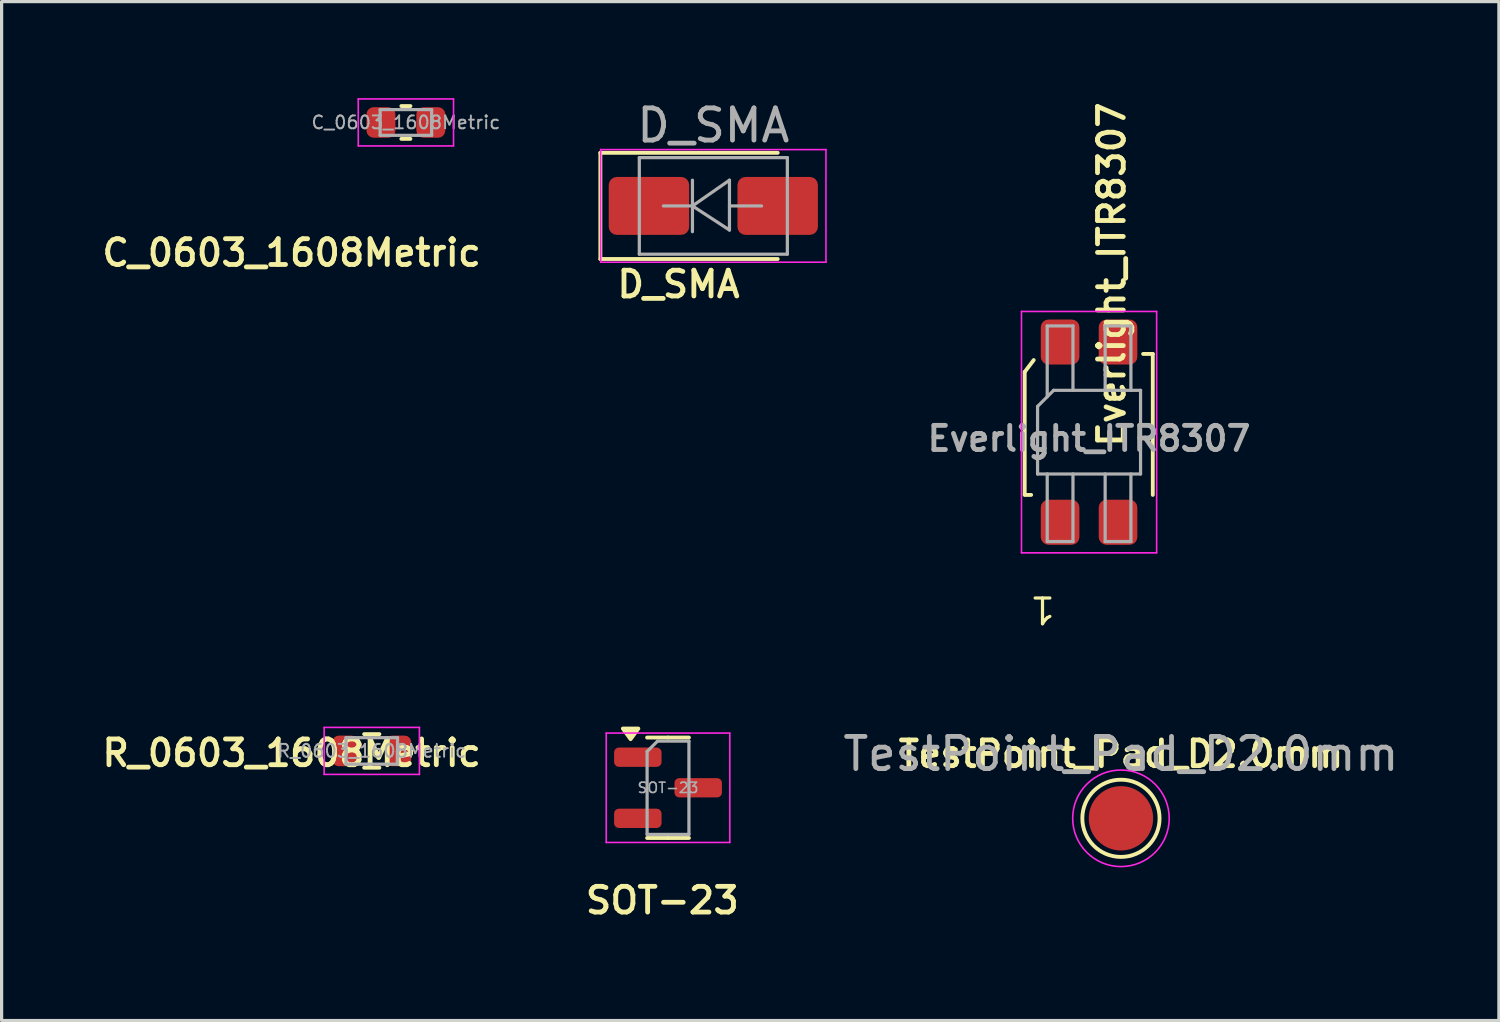
<source format=kicad_pcb>
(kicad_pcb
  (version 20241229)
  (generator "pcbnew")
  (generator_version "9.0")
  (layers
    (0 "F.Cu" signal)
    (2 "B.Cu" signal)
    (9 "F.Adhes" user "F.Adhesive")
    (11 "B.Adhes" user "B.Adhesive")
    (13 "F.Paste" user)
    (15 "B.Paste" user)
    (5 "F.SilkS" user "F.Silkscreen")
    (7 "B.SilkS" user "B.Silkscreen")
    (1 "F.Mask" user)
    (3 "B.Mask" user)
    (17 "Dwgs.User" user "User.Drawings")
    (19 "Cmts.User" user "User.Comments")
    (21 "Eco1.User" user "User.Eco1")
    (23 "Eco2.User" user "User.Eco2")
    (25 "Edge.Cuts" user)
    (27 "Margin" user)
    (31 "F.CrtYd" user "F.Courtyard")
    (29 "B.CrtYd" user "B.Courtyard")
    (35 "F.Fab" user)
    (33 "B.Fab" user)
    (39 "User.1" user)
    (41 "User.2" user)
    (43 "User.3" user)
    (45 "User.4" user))
  (footprint "R_0603_1608Metric"
    (layer "F.Cu")
    (at 8.502 20.283)
    (property "Reference" "R_0603_1608Metric" (at -2.49 0.066 180) (layer "F.SilkS") (effects (font (size 0.8 0.8) (thickness 0.15))))
    (attr smd)
    (fp_line (start -0.237 -0.522) (end 0.237 -0.522) (stroke (width 0.12) (type solid)) (layer "F.SilkS"))
    (fp_line (start -0.237 0.522) (end 0.237 0.522) (stroke (width 0.12) (type solid)) (layer "F.SilkS"))
    (fp_line (start -1.48 -0.73) (end 1.48 -0.73) (stroke (width 0.05) (type solid)) (layer "F.CrtYd"))
    (fp_line (start -1.48 0.73) (end -1.48 -0.73) (stroke (width 0.05) (type solid)) (layer "F.CrtYd"))
    (fp_line (start 1.48 -0.73) (end 1.48 0.73) (stroke (width 0.05) (type solid)) (layer "F.CrtYd"))
    (fp_line (start 1.48 0.73) (end -1.48 0.73) (stroke (width 0.05) (type solid)) (layer "F.CrtYd"))
    (fp_line (start -0.8 -0.412) (end 0.8 -0.412) (stroke (width 0.1) (type solid)) (layer "F.Fab"))
    (fp_line (start -0.8 0.412) (end -0.8 -0.412) (stroke (width 0.1) (type solid)) (layer "F.Fab"))
    (fp_line (start 0.8 -0.412) (end 0.8 0.412) (stroke (width 0.1) (type solid)) (layer "F.Fab"))
    (fp_line (start 0.8 0.412) (end -0.8 0.412) (stroke (width 0.1) (type solid)) (layer "F.Fab"))
    (fp_text user "${REFERENCE}" (at 0 0 180) (layer "F.Fab") (effects (font (size 0.4 0.4) (thickness 0.06))))
    (pad "1" smd roundrect (at -0.825 0 180) (size 0.8 0.95) (layers "F.Cu" "F.Mask" "F.Paste") (roundrect_rratio 0.25))
    (pad "2" smd roundrect (at 0.825 0 180) (size 0.8 0.95) (layers "F.Cu" "F.Mask" "F.Paste") (roundrect_rratio 0.25)))
  (footprint "SOT-23"
    (layer "F.Cu")
    (at 17.707 21.428)
    (property "Reference" "SOT-23" (at -0.177 3.5 180) (layer "F.SilkS") (effects (font (size 0.8 0.8) (thickness 0.15))))
    (attr smd)
    (fp_line (start 0 -1.56) (end -0.65 -1.56) (stroke (width 0.12) (type solid)) (layer "F.SilkS"))
    (fp_line (start 0 -1.56) (end 0.65 -1.56) (stroke (width 0.12) (type solid)) (layer "F.SilkS"))
    (fp_line (start 0 1.56) (end -0.65 1.56) (stroke (width 0.12) (type solid)) (layer "F.SilkS"))
    (fp_line (start 0 1.56) (end 0.65 1.56) (stroke (width 0.12) (type solid)) (layer "F.SilkS"))
    (fp_poly (pts (xy -1.163 -1.51) (xy -1.403 -1.84) (xy -0.922 -1.84) (xy -1.163 -1.51)) (stroke (width 0.12) (type solid)) (fill yes) (layer "F.SilkS"))
    (fp_line (start -1.92 -1.7) (end -1.92 1.7) (stroke (width 0.05) (type solid)) (layer "F.CrtYd"))
    (fp_line (start -1.92 1.7) (end 1.92 1.7) (stroke (width 0.05) (type solid)) (layer "F.CrtYd"))
    (fp_line (start 1.92 -1.7) (end -1.92 -1.7) (stroke (width 0.05) (type solid)) (layer "F.CrtYd"))
    (fp_line (start 1.92 1.7) (end 1.92 -1.7) (stroke (width 0.05) (type solid)) (layer "F.CrtYd"))
    (fp_line (start -0.65 -1.125) (end -0.325 -1.45) (stroke (width 0.1) (type solid)) (layer "F.Fab"))
    (fp_line (start -0.65 1.45) (end -0.65 -1.125) (stroke (width 0.1) (type solid)) (layer "F.Fab"))
    (fp_line (start -0.325 -1.45) (end 0.65 -1.45) (stroke (width 0.1) (type solid)) (layer "F.Fab"))
    (fp_line (start 0.65 -1.45) (end 0.65 1.45) (stroke (width 0.1) (type solid)) (layer "F.Fab"))
    (fp_line (start 0.65 1.45) (end -0.65 1.45) (stroke (width 0.1) (type solid)) (layer "F.Fab"))
    (fp_text user "${REFERENCE}" (at 0 0 180) (layer "F.Fab") (effects (font (size 0.32 0.32) (thickness 0.05))))
    (pad "1" smd roundrect (at -0.938 -0.95 180) (size 1.475 0.6) (layers "F.Cu" "F.Mask" "F.Paste") (roundrect_rratio 0.25))
    (pad "2" smd roundrect (at -0.938 0.95 180) (size 1.475 0.6) (layers "F.Cu" "F.Mask" "F.Paste") (roundrect_rratio 0.25))
    (pad "3" smd roundrect (at 0.938 0 180) (size 1.475 0.6) (layers "F.Cu" "F.Mask" "F.Paste") (roundrect_rratio 0.25)))
  (footprint "Everlight_ITR8307"
    (layer "F.Cu")
    (at 30.79 10.378)
    (property "Reference" "Everlight_ITR8307" (at 0.7 -4.9 270) (layer "F.SilkS") (effects (font (size 0.8 0.8) (thickness 0.15))))
    (attr smd)
    (fp_line (start -2 -1.87) (end -2 1.94) (stroke (width 0.12) (type default)) (layer "F.SilkS"))
    (fp_line (start -2 1.95) (end -1.8 1.95) (stroke (width 0.12) (type solid)) (layer "F.SilkS"))
    (fp_line (start -1.72 -2.24) (end -2 -1.87) (stroke (width 0.12) (type default)) (layer "F.SilkS"))
    (fp_line (start 1.98 -2.43) (end 1.68 -2.43) (stroke (width 0.12) (type default)) (layer "F.SilkS"))
    (fp_line (start 1.98 -2.43) (end 1.98 1.95) (stroke (width 0.12) (type default)) (layer "F.SilkS"))
    (fp_line (start -2.1 -3.75) (end -2.1 3.75) (stroke (width 0.05) (type solid)) (layer "F.CrtYd"))
    (fp_line (start -2.1 -3.75) (end 2.1 -3.75) (stroke (width 0.05) (type solid)) (layer "F.CrtYd"))
    (fp_line (start 2.1 3.75) (end -2.1 3.75) (stroke (width 0.05) (type solid)) (layer "F.CrtYd"))
    (fp_line (start 2.1 3.75) (end 2.1 -3.75) (stroke (width 0.05) (type solid)) (layer "F.CrtYd"))
    (fp_line (start -1.6 -0.8) (end -1.1 -1.3) (stroke (width 0.1) (type solid)) (layer "F.Fab"))
    (fp_line (start -1.6 1.3) (end -1.6 -0.8) (stroke (width 0.1) (type solid)) (layer "F.Fab"))
    (fp_line (start -1.3 -3.3) (end -1.3 -1.1) (stroke (width 0.1) (type solid)) (layer "F.Fab"))
    (fp_line (start -1.3 -3.3) (end -0.5 -3.3) (stroke (width 0.1) (type solid)) (layer "F.Fab"))
    (fp_line (start -1.3 3.4) (end -1.3 1.3) (stroke (width 0.1) (type solid)) (layer "F.Fab"))
    (fp_line (start -1.1 -1.3) (end 1.6 -1.3) (stroke (width 0.1) (type solid)) (layer "F.Fab"))
    (fp_line (start -0.5 -3.3) (end -0.5 -1.3) (stroke (width 0.1) (type solid)) (layer "F.Fab"))
    (fp_line (start -0.5 1.3) (end -0.5 3.4) (stroke (width 0.1) (type solid)) (layer "F.Fab"))
    (fp_line (start -0.5 3.4) (end -1.3 3.4) (stroke (width 0.1) (type solid)) (layer "F.Fab"))
    (fp_line (start 0.5 -3.3) (end 1.3 -3.3) (stroke (width 0.1) (type solid)) (layer "F.Fab"))
    (fp_line (start 0.5 -1.3) (end 0.5 -3.3) (stroke (width 0.1) (type solid)) (layer "F.Fab"))
    (fp_line (start 0.5 1.3) (end 0.5 3.4) (stroke (width 0.1) (type solid)) (layer "F.Fab"))
    (fp_line (start 0.5 3.4) (end 1.3 3.4) (stroke (width 0.1) (type solid)) (layer "F.Fab"))
    (fp_line (start 1.3 -3.3) (end 1.3 -1.3) (stroke (width 0.1) (type solid)) (layer "F.Fab"))
    (fp_line (start 1.3 3.4) (end 1.3 1.3) (stroke (width 0.1) (type solid)) (layer "F.Fab"))
    (fp_line (start 1.6 -1.3) (end 1.6 1.3) (stroke (width 0.1) (type solid)) (layer "F.Fab"))
    (fp_line (start 1.6 1.3) (end -1.6 1.3) (stroke (width 0.1) (type solid)) (layer "F.Fab"))
    (fp_text user "1" (at -1 5.05 180) (unlocked yes) (layer "F.SilkS") (effects (font (size 0.8 0.8) (thickness 0.1)) (justify left bottom)))
    (fp_text user "${REFERENCE}" (at 0 0.2 180) (layer "F.Fab") (effects (font (size 0.75 0.75) (thickness 0.15))))
    (pad "1" smd roundrect (at -0.9 2.8 180) (size 1.2 1.4) (layers "F.Cu" "F.Mask" "F.Paste") (roundrect_rratio 0.2))
    (pad "2" smd roundrect (at -0.9 -2.8 180) (size 1.2 1.4) (layers "F.Cu" "F.Mask" "F.Paste") (roundrect_rratio 0.2))
    (pad "3" smd roundrect (at 0.9 2.8 180) (size 1.2 1.4) (layers "F.Cu" "F.Mask" "F.Paste") (roundrect_rratio 0.2))
    (pad "4" smd roundrect (at 0.9 -2.8 180) (size 1.2 1.4) (layers "F.Cu" "F.Mask" "F.Paste") (roundrect_rratio 0.2)))
  (footprint "C_0603_1608Metric"
    (layer "F.Cu")
    (at 9.562 0.755)
    (property "Reference" "C_0603_1608Metric" (at -3.55 4.05 180) (layer "F.SilkS") (effects (font (size 0.8 0.8) (thickness 0.15))))
    (attr smd)
    (fp_line (start -0.141 -0.51) (end 0.141 -0.51) (stroke (width 0.12) (type solid)) (layer "F.SilkS"))
    (fp_line (start -0.141 0.51) (end 0.141 0.51) (stroke (width 0.12) (type solid)) (layer "F.SilkS"))
    (fp_line (start -1.48 -0.73) (end 1.48 -0.73) (stroke (width 0.05) (type solid)) (layer "F.CrtYd"))
    (fp_line (start -1.48 0.73) (end -1.48 -0.73) (stroke (width 0.05) (type solid)) (layer "F.CrtYd"))
    (fp_line (start 1.48 -0.73) (end 1.48 0.73) (stroke (width 0.05) (type solid)) (layer "F.CrtYd"))
    (fp_line (start 1.48 0.73) (end -1.48 0.73) (stroke (width 0.05) (type solid)) (layer "F.CrtYd"))
    (fp_line (start -0.8 -0.4) (end 0.8 -0.4) (stroke (width 0.1) (type solid)) (layer "F.Fab"))
    (fp_line (start -0.8 0.4) (end -0.8 -0.4) (stroke (width 0.1) (type solid)) (layer "F.Fab"))
    (fp_line (start 0.8 -0.4) (end 0.8 0.4) (stroke (width 0.1) (type solid)) (layer "F.Fab"))
    (fp_line (start 0.8 0.4) (end -0.8 0.4) (stroke (width 0.1) (type solid)) (layer "F.Fab"))
    (fp_text user "${REFERENCE}" (at 0 0 180) (layer "F.Fab") (effects (font (size 0.4 0.4) (thickness 0.06))))
    (pad "1" smd roundrect (at -0.775 0 180) (size 0.9 0.95) (layers "F.Cu" "F.Mask" "F.Paste") (roundrect_rratio 0.25))
    (pad "2" smd roundrect (at 0.775 0 180) (size 0.9 0.95) (layers "F.Cu" "F.Mask" "F.Paste") (roundrect_rratio 0.25)))
  (footprint "D_SMA"
    (layer "F.Cu")
    (at 19.115 3.348)
    (property "Reference" "D_SMA" (at -1.081 2.436 180) (layer "F.SilkS") (effects (font (size 0.8 0.8) (thickness 0.15))))
    (attr smd)
    (fp_line (start -3.51 1.65) (end 2 1.65) (stroke (width 0.12) (type solid)) (layer "F.SilkS"))
    (fp_line (start -3.51 -1.65) (end -3.51 1.65) (stroke (width 0.12) (type solid)) (layer "F.SilkS"))
    (fp_line (start -3.51 -1.65) (end 2 -1.65) (stroke (width 0.12) (type solid)) (layer "F.SilkS"))
    (fp_line (start -3.5 -1.75) (end 3.5 -1.75) (stroke (width 0.05) (type solid)) (layer "F.CrtYd"))
    (fp_line (start -3.5 1.75) (end -3.5 -1.75) (stroke (width 0.05) (type solid)) (layer "F.CrtYd"))
    (fp_line (start 3.5 -1.75) (end 3.5 1.75) (stroke (width 0.05) (type solid)) (layer "F.CrtYd"))
    (fp_line (start 3.5 1.75) (end -3.5 1.75) (stroke (width 0.05) (type solid)) (layer "F.CrtYd"))
    (fp_line (start -2.3 1.5) (end -2.3 -1.5) (stroke (width 0.1) (type solid)) (layer "F.Fab"))
    (fp_line (start -0.649 -0.799) (end -0.649 0.801) (stroke (width 0.1) (type solid)) (layer "F.Fab"))
    (fp_line (start -0.649 0.001) (end -1.551 0.001) (stroke (width 0.1) (type solid)) (layer "F.Fab"))
    (fp_line (start -0.649 0.001) (end 0.501 0.75) (stroke (width 0.1) (type solid)) (layer "F.Fab"))
    (fp_line (start -0.649 0.001) (end 0.501 -0.799) (stroke (width 0.1) (type solid)) (layer "F.Fab"))
    (fp_line (start 0.501 0.75) (end 0.501 -0.799) (stroke (width 0.1) (type solid)) (layer "F.Fab"))
    (fp_line (start 0.501 0.001) (end 1.499 0.001) (stroke (width 0.1) (type solid)) (layer "F.Fab"))
    (fp_line (start 2.3 -1.5) (end -2.3 -1.5) (stroke (width 0.1) (type solid)) (layer "F.Fab"))
    (fp_line (start 2.3 -1.5) (end 2.3 1.5) (stroke (width 0.1) (type solid)) (layer "F.Fab"))
    (fp_line (start 2.3 1.5) (end -2.3 1.5) (stroke (width 0.1) (type solid)) (layer "F.Fab"))
    (fp_text user "${REFERENCE}" (at 0 -2.5 180) (layer "F.Fab") (effects (font (size 1 1) (thickness 0.15))))
    (pad "1" smd roundrect (at -2 0 180) (size 2.5 1.8) (layers "F.Cu" "F.Mask" "F.Paste") (roundrect_rratio 0.139))
    (pad "2" smd roundrect (at 2 0 180) (size 2.5 1.8) (layers "F.Cu" "F.Mask" "F.Paste") (roundrect_rratio 0.139)))
  (footprint "TestPoint_Pad_D2.0mm"
    (layer "F.Cu")
    (at 31.781 22.377)
    (property "Reference" "TestPoint_Pad_D2.0mm" (at 0 -1.998 180) (layer "F.SilkS") (effects (font (size 0.8 0.8) (thickness 0.15))))
    (attr exclude_from_pos_files)
    (fp_circle (center 0 0) (end 0 1.2) (stroke (width 0.12) (type solid)) (fill no) (layer "F.SilkS"))
    (fp_circle (center 0 0) (end 1.5 0) (stroke (width 0.05) (type solid)) (fill no) (layer "F.CrtYd"))
    (fp_text user "${REFERENCE}" (at 0 -2 180) (layer "F.Fab") (effects (font (size 1 1) (thickness 0.15))))
    (pad "1" smd circle (at 0 0 180) (size 2 2) (layers "F.Cu" "F.Mask")))
  (gr_rect
    (start -3 -3)
    (end 43.525 28.66)
    (stroke (width 0.1) (type default))
    (fill no)
    (layer "Edge.Cuts")))
</source>
